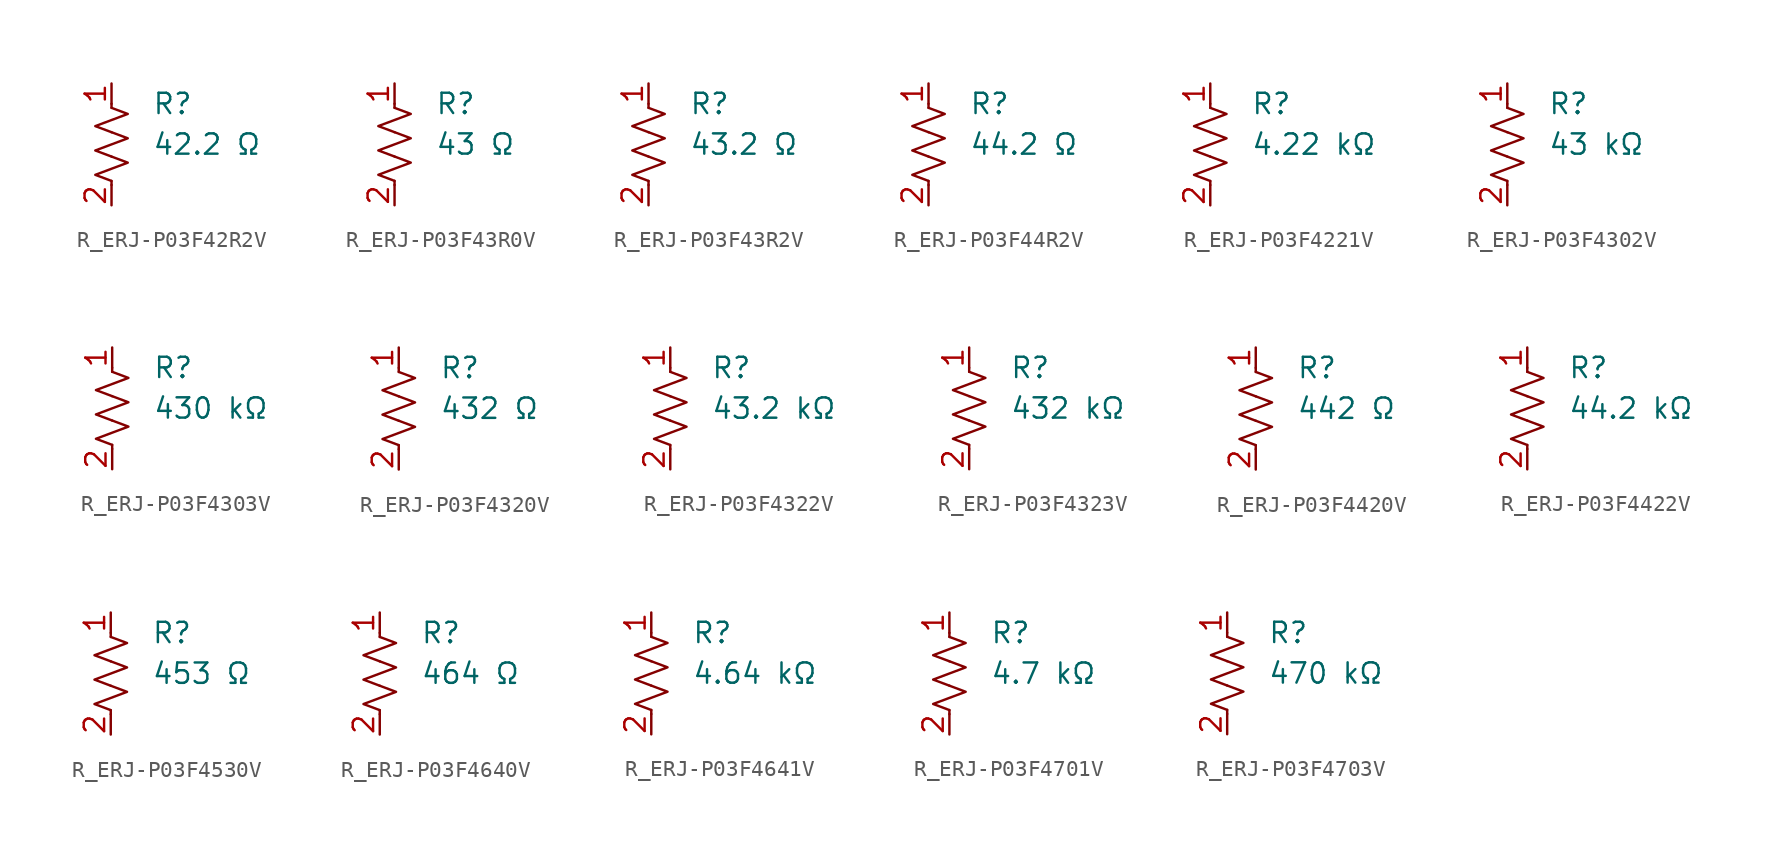
<source format=kicad_sym>
(kicad_symbol_lib
  (version 20231120)
  (generator "kicad_symbol_editor")
  (generator_version "8.0")
  (symbol "R_ERJ-P03F42R2V"
    (pin_names
      (offset 0.254))
    (property "Value" "42.2 Ω"
      (at 2.54 0 0)
      (effects (font (size 1.27 1.27)) (justify left)))
    (property "Reference" "R"
      (at 2.54 2.54 0)
      (effects (font (size 1.27 1.27)) (justify left)))
    (symbol "R_ERJ-P03F42R2V_0_1"
      (polyline (pts (xy 0 -2.286) (xy 0 -2.54)) (stroke (width 0) (type default)) (fill (type none)))
      (polyline (pts (xy 0 2.286) (xy 0 2.54)) (stroke (width 0) (type default)) (fill (type none)))
      (polyline (pts (xy 0 -0.762) (xy 1.016 -1.143) (xy 0 -1.524) (xy -1.016 -1.905) (xy 0 -2.286)) (stroke (width 0) (type default)) (fill (type none)))
      (polyline (pts (xy 0 0.762) (xy 1.016 0.381) (xy 0 0) (xy -1.016 -0.381) (xy 0 -0.762)) (stroke (width 0) (type default)) (fill (type none)))
      (polyline (pts (xy 0 2.286) (xy 1.016 1.905) (xy 0 1.524) (xy -1.016 1.143) (xy 0 0.762)) (stroke (width 0) (type default)) (fill (type none))))
    (symbol "R_ERJ-P03F42R2V_1_1"
      (pin passive line (at 0 3.81 270) (length 1.27) (name "~" (effects (font (size 1.27 1.27)))) (number "1" (effects (font (size 1.27 1.27)))))
      (pin passive line (at 0 -3.81 90) (length 1.27) (name "~" (effects (font (size 1.27 1.27)))) (number "2" (effects (font (size 1.27 1.27)))))))
  (symbol "R_ERJ-P03F43R0V"
    (pin_names
      (offset 0.254))
    (property "Value" "43 Ω"
      (at 2.54 0 0)
      (effects (font (size 1.27 1.27)) (justify left)))
    (property "Reference" "R"
      (at 2.54 2.54 0)
      (effects (font (size 1.27 1.27)) (justify left)))
    (symbol "R_ERJ-P03F43R0V_0_1"
      (polyline (pts (xy 0 -2.286) (xy 0 -2.54)) (stroke (width 0) (type default)) (fill (type none)))
      (polyline (pts (xy 0 2.286) (xy 0 2.54)) (stroke (width 0) (type default)) (fill (type none)))
      (polyline (pts (xy 0 -0.762) (xy 1.016 -1.143) (xy 0 -1.524) (xy -1.016 -1.905) (xy 0 -2.286)) (stroke (width 0) (type default)) (fill (type none)))
      (polyline (pts (xy 0 0.762) (xy 1.016 0.381) (xy 0 0) (xy -1.016 -0.381) (xy 0 -0.762)) (stroke (width 0) (type default)) (fill (type none)))
      (polyline (pts (xy 0 2.286) (xy 1.016 1.905) (xy 0 1.524) (xy -1.016 1.143) (xy 0 0.762)) (stroke (width 0) (type default)) (fill (type none))))
    (symbol "R_ERJ-P03F43R0V_1_1"
      (pin passive line (at 0 3.81 270) (length 1.27) (name "~" (effects (font (size 1.27 1.27)))) (number "1" (effects (font (size 1.27 1.27)))))
      (pin passive line (at 0 -3.81 90) (length 1.27) (name "~" (effects (font (size 1.27 1.27)))) (number "2" (effects (font (size 1.27 1.27)))))))
  (symbol "R_ERJ-P03F43R2V"
    (pin_names
      (offset 0.254))
    (property "Value" "43.2 Ω"
      (at 2.54 0 0)
      (effects (font (size 1.27 1.27)) (justify left)))
    (property "Reference" "R"
      (at 2.54 2.54 0)
      (effects (font (size 1.27 1.27)) (justify left)))
    (symbol "R_ERJ-P03F43R2V_0_1"
      (polyline (pts (xy 0 -2.286) (xy 0 -2.54)) (stroke (width 0) (type default)) (fill (type none)))
      (polyline (pts (xy 0 2.286) (xy 0 2.54)) (stroke (width 0) (type default)) (fill (type none)))
      (polyline (pts (xy 0 -0.762) (xy 1.016 -1.143) (xy 0 -1.524) (xy -1.016 -1.905) (xy 0 -2.286)) (stroke (width 0) (type default)) (fill (type none)))
      (polyline (pts (xy 0 0.762) (xy 1.016 0.381) (xy 0 0) (xy -1.016 -0.381) (xy 0 -0.762)) (stroke (width 0) (type default)) (fill (type none)))
      (polyline (pts (xy 0 2.286) (xy 1.016 1.905) (xy 0 1.524) (xy -1.016 1.143) (xy 0 0.762)) (stroke (width 0) (type default)) (fill (type none))))
    (symbol "R_ERJ-P03F43R2V_1_1"
      (pin passive line (at 0 3.81 270) (length 1.27) (name "~" (effects (font (size 1.27 1.27)))) (number "1" (effects (font (size 1.27 1.27)))))
      (pin passive line (at 0 -3.81 90) (length 1.27) (name "~" (effects (font (size 1.27 1.27)))) (number "2" (effects (font (size 1.27 1.27)))))))
  (symbol "R_ERJ-P03F44R2V"
    (pin_names
      (offset 0.254))
    (property "Value" "44.2 Ω"
      (at 2.54 0 0)
      (effects (font (size 1.27 1.27)) (justify left)))
    (property "Reference" "R"
      (at 2.54 2.54 0)
      (effects (font (size 1.27 1.27)) (justify left)))
    (symbol "R_ERJ-P03F44R2V_0_1"
      (polyline (pts (xy 0 -2.286) (xy 0 -2.54)) (stroke (width 0) (type default)) (fill (type none)))
      (polyline (pts (xy 0 2.286) (xy 0 2.54)) (stroke (width 0) (type default)) (fill (type none)))
      (polyline (pts (xy 0 -0.762) (xy 1.016 -1.143) (xy 0 -1.524) (xy -1.016 -1.905) (xy 0 -2.286)) (stroke (width 0) (type default)) (fill (type none)))
      (polyline (pts (xy 0 0.762) (xy 1.016 0.381) (xy 0 0) (xy -1.016 -0.381) (xy 0 -0.762)) (stroke (width 0) (type default)) (fill (type none)))
      (polyline (pts (xy 0 2.286) (xy 1.016 1.905) (xy 0 1.524) (xy -1.016 1.143) (xy 0 0.762)) (stroke (width 0) (type default)) (fill (type none))))
    (symbol "R_ERJ-P03F44R2V_1_1"
      (pin passive line (at 0 3.81 270) (length 1.27) (name "~" (effects (font (size 1.27 1.27)))) (number "1" (effects (font (size 1.27 1.27)))))
      (pin passive line (at 0 -3.81 90) (length 1.27) (name "~" (effects (font (size 1.27 1.27)))) (number "2" (effects (font (size 1.27 1.27)))))))
  (symbol "R_ERJ-P03F4221V"
    (pin_names
      (offset 0.254))
    (property "Value" "4.22 kΩ"
      (at 2.54 0 0)
      (effects (font (size 1.27 1.27)) (justify left)))
    (property "Reference" "R"
      (at 2.54 2.54 0)
      (effects (font (size 1.27 1.27)) (justify left)))
    (symbol "R_ERJ-P03F4221V_0_1"
      (polyline (pts (xy 0 -2.286) (xy 0 -2.54)) (stroke (width 0) (type default)) (fill (type none)))
      (polyline (pts (xy 0 2.286) (xy 0 2.54)) (stroke (width 0) (type default)) (fill (type none)))
      (polyline (pts (xy 0 -0.762) (xy 1.016 -1.143) (xy 0 -1.524) (xy -1.016 -1.905) (xy 0 -2.286)) (stroke (width 0) (type default)) (fill (type none)))
      (polyline (pts (xy 0 0.762) (xy 1.016 0.381) (xy 0 0) (xy -1.016 -0.381) (xy 0 -0.762)) (stroke (width 0) (type default)) (fill (type none)))
      (polyline (pts (xy 0 2.286) (xy 1.016 1.905) (xy 0 1.524) (xy -1.016 1.143) (xy 0 0.762)) (stroke (width 0) (type default)) (fill (type none))))
    (symbol "R_ERJ-P03F4221V_1_1"
      (pin passive line (at 0 3.81 270) (length 1.27) (name "~" (effects (font (size 1.27 1.27)))) (number "1" (effects (font (size 1.27 1.27)))))
      (pin passive line (at 0 -3.81 90) (length 1.27) (name "~" (effects (font (size 1.27 1.27)))) (number "2" (effects (font (size 1.27 1.27)))))))
  (symbol "R_ERJ-P03F4302V"
    (pin_names
      (offset 0.254))
    (property "Value" "43 kΩ"
      (at 2.54 0 0)
      (effects (font (size 1.27 1.27)) (justify left)))
    (property "Reference" "R"
      (at 2.54 2.54 0)
      (effects (font (size 1.27 1.27)) (justify left)))
    (symbol "R_ERJ-P03F4302V_0_1"
      (polyline (pts (xy 0 -2.286) (xy 0 -2.54)) (stroke (width 0) (type default)) (fill (type none)))
      (polyline (pts (xy 0 2.286) (xy 0 2.54)) (stroke (width 0) (type default)) (fill (type none)))
      (polyline (pts (xy 0 -0.762) (xy 1.016 -1.143) (xy 0 -1.524) (xy -1.016 -1.905) (xy 0 -2.286)) (stroke (width 0) (type default)) (fill (type none)))
      (polyline (pts (xy 0 0.762) (xy 1.016 0.381) (xy 0 0) (xy -1.016 -0.381) (xy 0 -0.762)) (stroke (width 0) (type default)) (fill (type none)))
      (polyline (pts (xy 0 2.286) (xy 1.016 1.905) (xy 0 1.524) (xy -1.016 1.143) (xy 0 0.762)) (stroke (width 0) (type default)) (fill (type none))))
    (symbol "R_ERJ-P03F4302V_1_1"
      (pin passive line (at 0 3.81 270) (length 1.27) (name "~" (effects (font (size 1.27 1.27)))) (number "1" (effects (font (size 1.27 1.27)))))
      (pin passive line (at 0 -3.81 90) (length 1.27) (name "~" (effects (font (size 1.27 1.27)))) (number "2" (effects (font (size 1.27 1.27)))))))
  (symbol "R_ERJ-P03F4303V"
    (pin_names
      (offset 0.254))
    (property "Value" "430 kΩ"
      (at 2.54 0 0)
      (effects (font (size 1.27 1.27)) (justify left)))
    (property "Reference" "R"
      (at 2.54 2.54 0)
      (effects (font (size 1.27 1.27)) (justify left)))
    (symbol "R_ERJ-P03F4303V_0_1"
      (polyline (pts (xy 0 -2.286) (xy 0 -2.54)) (stroke (width 0) (type default)) (fill (type none)))
      (polyline (pts (xy 0 2.286) (xy 0 2.54)) (stroke (width 0) (type default)) (fill (type none)))
      (polyline (pts (xy 0 -0.762) (xy 1.016 -1.143) (xy 0 -1.524) (xy -1.016 -1.905) (xy 0 -2.286)) (stroke (width 0) (type default)) (fill (type none)))
      (polyline (pts (xy 0 0.762) (xy 1.016 0.381) (xy 0 0) (xy -1.016 -0.381) (xy 0 -0.762)) (stroke (width 0) (type default)) (fill (type none)))
      (polyline (pts (xy 0 2.286) (xy 1.016 1.905) (xy 0 1.524) (xy -1.016 1.143) (xy 0 0.762)) (stroke (width 0) (type default)) (fill (type none))))
    (symbol "R_ERJ-P03F4303V_1_1"
      (pin passive line (at 0 3.81 270) (length 1.27) (name "~" (effects (font (size 1.27 1.27)))) (number "1" (effects (font (size 1.27 1.27)))))
      (pin passive line (at 0 -3.81 90) (length 1.27) (name "~" (effects (font (size 1.27 1.27)))) (number "2" (effects (font (size 1.27 1.27)))))))
  (symbol "R_ERJ-P03F4320V"
    (pin_names
      (offset 0.254))
    (property "Value" "432 Ω"
      (at 2.54 0 0)
      (effects (font (size 1.27 1.27)) (justify left)))
    (property "Reference" "R"
      (at 2.54 2.54 0)
      (effects (font (size 1.27 1.27)) (justify left)))
    (symbol "R_ERJ-P03F4320V_0_1"
      (polyline (pts (xy 0 -2.286) (xy 0 -2.54)) (stroke (width 0) (type default)) (fill (type none)))
      (polyline (pts (xy 0 2.286) (xy 0 2.54)) (stroke (width 0) (type default)) (fill (type none)))
      (polyline (pts (xy 0 -0.762) (xy 1.016 -1.143) (xy 0 -1.524) (xy -1.016 -1.905) (xy 0 -2.286)) (stroke (width 0) (type default)) (fill (type none)))
      (polyline (pts (xy 0 0.762) (xy 1.016 0.381) (xy 0 0) (xy -1.016 -0.381) (xy 0 -0.762)) (stroke (width 0) (type default)) (fill (type none)))
      (polyline (pts (xy 0 2.286) (xy 1.016 1.905) (xy 0 1.524) (xy -1.016 1.143) (xy 0 0.762)) (stroke (width 0) (type default)) (fill (type none))))
    (symbol "R_ERJ-P03F4320V_1_1"
      (pin passive line (at 0 3.81 270) (length 1.27) (name "~" (effects (font (size 1.27 1.27)))) (number "1" (effects (font (size 1.27 1.27)))))
      (pin passive line (at 0 -3.81 90) (length 1.27) (name "~" (effects (font (size 1.27 1.27)))) (number "2" (effects (font (size 1.27 1.27)))))))
  (symbol "R_ERJ-P03F4322V"
    (pin_names
      (offset 0.254))
    (property "Value" "43.2 kΩ"
      (at 2.54 0 0)
      (effects (font (size 1.27 1.27)) (justify left)))
    (property "Reference" "R"
      (at 2.54 2.54 0)
      (effects (font (size 1.27 1.27)) (justify left)))
    (symbol "R_ERJ-P03F4322V_0_1"
      (polyline (pts (xy 0 -2.286) (xy 0 -2.54)) (stroke (width 0) (type default)) (fill (type none)))
      (polyline (pts (xy 0 2.286) (xy 0 2.54)) (stroke (width 0) (type default)) (fill (type none)))
      (polyline (pts (xy 0 -0.762) (xy 1.016 -1.143) (xy 0 -1.524) (xy -1.016 -1.905) (xy 0 -2.286)) (stroke (width 0) (type default)) (fill (type none)))
      (polyline (pts (xy 0 0.762) (xy 1.016 0.381) (xy 0 0) (xy -1.016 -0.381) (xy 0 -0.762)) (stroke (width 0) (type default)) (fill (type none)))
      (polyline (pts (xy 0 2.286) (xy 1.016 1.905) (xy 0 1.524) (xy -1.016 1.143) (xy 0 0.762)) (stroke (width 0) (type default)) (fill (type none))))
    (symbol "R_ERJ-P03F4322V_1_1"
      (pin passive line (at 0 3.81 270) (length 1.27) (name "~" (effects (font (size 1.27 1.27)))) (number "1" (effects (font (size 1.27 1.27)))))
      (pin passive line (at 0 -3.81 90) (length 1.27) (name "~" (effects (font (size 1.27 1.27)))) (number "2" (effects (font (size 1.27 1.27)))))))
  (symbol "R_ERJ-P03F4323V"
    (pin_names
      (offset 0.254))
    (property "Value" "432 kΩ"
      (at 2.54 0 0)
      (effects (font (size 1.27 1.27)) (justify left)))
    (property "Reference" "R"
      (at 2.54 2.54 0)
      (effects (font (size 1.27 1.27)) (justify left)))
    (symbol "R_ERJ-P03F4323V_0_1"
      (polyline (pts (xy 0 -2.286) (xy 0 -2.54)) (stroke (width 0) (type default)) (fill (type none)))
      (polyline (pts (xy 0 2.286) (xy 0 2.54)) (stroke (width 0) (type default)) (fill (type none)))
      (polyline (pts (xy 0 -0.762) (xy 1.016 -1.143) (xy 0 -1.524) (xy -1.016 -1.905) (xy 0 -2.286)) (stroke (width 0) (type default)) (fill (type none)))
      (polyline (pts (xy 0 0.762) (xy 1.016 0.381) (xy 0 0) (xy -1.016 -0.381) (xy 0 -0.762)) (stroke (width 0) (type default)) (fill (type none)))
      (polyline (pts (xy 0 2.286) (xy 1.016 1.905) (xy 0 1.524) (xy -1.016 1.143) (xy 0 0.762)) (stroke (width 0) (type default)) (fill (type none))))
    (symbol "R_ERJ-P03F4323V_1_1"
      (pin passive line (at 0 3.81 270) (length 1.27) (name "~" (effects (font (size 1.27 1.27)))) (number "1" (effects (font (size 1.27 1.27)))))
      (pin passive line (at 0 -3.81 90) (length 1.27) (name "~" (effects (font (size 1.27 1.27)))) (number "2" (effects (font (size 1.27 1.27)))))))
  (symbol "R_ERJ-P03F4420V"
    (pin_names
      (offset 0.254))
    (property "Value" "442 Ω"
      (at 2.54 0 0)
      (effects (font (size 1.27 1.27)) (justify left)))
    (property "Reference" "R"
      (at 2.54 2.54 0)
      (effects (font (size 1.27 1.27)) (justify left)))
    (symbol "R_ERJ-P03F4420V_0_1"
      (polyline (pts (xy 0 -2.286) (xy 0 -2.54)) (stroke (width 0) (type default)) (fill (type none)))
      (polyline (pts (xy 0 2.286) (xy 0 2.54)) (stroke (width 0) (type default)) (fill (type none)))
      (polyline (pts (xy 0 -0.762) (xy 1.016 -1.143) (xy 0 -1.524) (xy -1.016 -1.905) (xy 0 -2.286)) (stroke (width 0) (type default)) (fill (type none)))
      (polyline (pts (xy 0 0.762) (xy 1.016 0.381) (xy 0 0) (xy -1.016 -0.381) (xy 0 -0.762)) (stroke (width 0) (type default)) (fill (type none)))
      (polyline (pts (xy 0 2.286) (xy 1.016 1.905) (xy 0 1.524) (xy -1.016 1.143) (xy 0 0.762)) (stroke (width 0) (type default)) (fill (type none))))
    (symbol "R_ERJ-P03F4420V_1_1"
      (pin passive line (at 0 3.81 270) (length 1.27) (name "~" (effects (font (size 1.27 1.27)))) (number "1" (effects (font (size 1.27 1.27)))))
      (pin passive line (at 0 -3.81 90) (length 1.27) (name "~" (effects (font (size 1.27 1.27)))) (number "2" (effects (font (size 1.27 1.27)))))))
  (symbol "R_ERJ-P03F4422V"
    (pin_names
      (offset 0.254))
    (property "Value" "44.2 kΩ"
      (at 2.54 0 0)
      (effects (font (size 1.27 1.27)) (justify left)))
    (property "Reference" "R"
      (at 2.54 2.54 0)
      (effects (font (size 1.27 1.27)) (justify left)))
    (symbol "R_ERJ-P03F4422V_0_1"
      (polyline (pts (xy 0 -2.286) (xy 0 -2.54)) (stroke (width 0) (type default)) (fill (type none)))
      (polyline (pts (xy 0 2.286) (xy 0 2.54)) (stroke (width 0) (type default)) (fill (type none)))
      (polyline (pts (xy 0 -0.762) (xy 1.016 -1.143) (xy 0 -1.524) (xy -1.016 -1.905) (xy 0 -2.286)) (stroke (width 0) (type default)) (fill (type none)))
      (polyline (pts (xy 0 0.762) (xy 1.016 0.381) (xy 0 0) (xy -1.016 -0.381) (xy 0 -0.762)) (stroke (width 0) (type default)) (fill (type none)))
      (polyline (pts (xy 0 2.286) (xy 1.016 1.905) (xy 0 1.524) (xy -1.016 1.143) (xy 0 0.762)) (stroke (width 0) (type default)) (fill (type none))))
    (symbol "R_ERJ-P03F4422V_1_1"
      (pin passive line (at 0 3.81 270) (length 1.27) (name "~" (effects (font (size 1.27 1.27)))) (number "1" (effects (font (size 1.27 1.27)))))
      (pin passive line (at 0 -3.81 90) (length 1.27) (name "~" (effects (font (size 1.27 1.27)))) (number "2" (effects (font (size 1.27 1.27)))))))
  (symbol "R_ERJ-P03F4530V"
    (pin_names
      (offset 0.254))
    (property "Value" "453 Ω"
      (at 2.54 0 0)
      (effects (font (size 1.27 1.27)) (justify left)))
    (property "Reference" "R"
      (at 2.54 2.54 0)
      (effects (font (size 1.27 1.27)) (justify left)))
    (symbol "R_ERJ-P03F4530V_0_1"
      (polyline (pts (xy 0 -2.286) (xy 0 -2.54)) (stroke (width 0) (type default)) (fill (type none)))
      (polyline (pts (xy 0 2.286) (xy 0 2.54)) (stroke (width 0) (type default)) (fill (type none)))
      (polyline (pts (xy 0 -0.762) (xy 1.016 -1.143) (xy 0 -1.524) (xy -1.016 -1.905) (xy 0 -2.286)) (stroke (width 0) (type default)) (fill (type none)))
      (polyline (pts (xy 0 0.762) (xy 1.016 0.381) (xy 0 0) (xy -1.016 -0.381) (xy 0 -0.762)) (stroke (width 0) (type default)) (fill (type none)))
      (polyline (pts (xy 0 2.286) (xy 1.016 1.905) (xy 0 1.524) (xy -1.016 1.143) (xy 0 0.762)) (stroke (width 0) (type default)) (fill (type none))))
    (symbol "R_ERJ-P03F4530V_1_1"
      (pin passive line (at 0 3.81 270) (length 1.27) (name "~" (effects (font (size 1.27 1.27)))) (number "1" (effects (font (size 1.27 1.27)))))
      (pin passive line (at 0 -3.81 90) (length 1.27) (name "~" (effects (font (size 1.27 1.27)))) (number "2" (effects (font (size 1.27 1.27)))))))
  (symbol "R_ERJ-P03F4640V"
    (pin_names
      (offset 0.254))
    (property "Value" "464 Ω"
      (at 2.54 0 0)
      (effects (font (size 1.27 1.27)) (justify left)))
    (property "Reference" "R"
      (at 2.54 2.54 0)
      (effects (font (size 1.27 1.27)) (justify left)))
    (symbol "R_ERJ-P03F4640V_0_1"
      (polyline (pts (xy 0 -2.286) (xy 0 -2.54)) (stroke (width 0) (type default)) (fill (type none)))
      (polyline (pts (xy 0 2.286) (xy 0 2.54)) (stroke (width 0) (type default)) (fill (type none)))
      (polyline (pts (xy 0 -0.762) (xy 1.016 -1.143) (xy 0 -1.524) (xy -1.016 -1.905) (xy 0 -2.286)) (stroke (width 0) (type default)) (fill (type none)))
      (polyline (pts (xy 0 0.762) (xy 1.016 0.381) (xy 0 0) (xy -1.016 -0.381) (xy 0 -0.762)) (stroke (width 0) (type default)) (fill (type none)))
      (polyline (pts (xy 0 2.286) (xy 1.016 1.905) (xy 0 1.524) (xy -1.016 1.143) (xy 0 0.762)) (stroke (width 0) (type default)) (fill (type none))))
    (symbol "R_ERJ-P03F4640V_1_1"
      (pin passive line (at 0 3.81 270) (length 1.27) (name "~" (effects (font (size 1.27 1.27)))) (number "1" (effects (font (size 1.27 1.27)))))
      (pin passive line (at 0 -3.81 90) (length 1.27) (name "~" (effects (font (size 1.27 1.27)))) (number "2" (effects (font (size 1.27 1.27)))))))
  (symbol "R_ERJ-P03F4641V"
    (pin_names
      (offset 0.254))
    (property "Value" "4.64 kΩ"
      (at 2.54 0 0)
      (effects (font (size 1.27 1.27)) (justify left)))
    (property "Reference" "R"
      (at 2.54 2.54 0)
      (effects (font (size 1.27 1.27)) (justify left)))
    (symbol "R_ERJ-P03F4641V_0_1"
      (polyline (pts (xy 0 -2.286) (xy 0 -2.54)) (stroke (width 0) (type default)) (fill (type none)))
      (polyline (pts (xy 0 2.286) (xy 0 2.54)) (stroke (width 0) (type default)) (fill (type none)))
      (polyline (pts (xy 0 -0.762) (xy 1.016 -1.143) (xy 0 -1.524) (xy -1.016 -1.905) (xy 0 -2.286)) (stroke (width 0) (type default)) (fill (type none)))
      (polyline (pts (xy 0 0.762) (xy 1.016 0.381) (xy 0 0) (xy -1.016 -0.381) (xy 0 -0.762)) (stroke (width 0) (type default)) (fill (type none)))
      (polyline (pts (xy 0 2.286) (xy 1.016 1.905) (xy 0 1.524) (xy -1.016 1.143) (xy 0 0.762)) (stroke (width 0) (type default)) (fill (type none))))
    (symbol "R_ERJ-P03F4641V_1_1"
      (pin passive line (at 0 3.81 270) (length 1.27) (name "~" (effects (font (size 1.27 1.27)))) (number "1" (effects (font (size 1.27 1.27)))))
      (pin passive line (at 0 -3.81 90) (length 1.27) (name "~" (effects (font (size 1.27 1.27)))) (number "2" (effects (font (size 1.27 1.27)))))))
  (symbol "R_ERJ-P03F4701V"
    (pin_names
      (offset 0.254))
    (property "Value" "4.7 kΩ"
      (at 2.54 0 0)
      (effects (font (size 1.27 1.27)) (justify left)))
    (property "Reference" "R"
      (at 2.54 2.54 0)
      (effects (font (size 1.27 1.27)) (justify left)))
    (symbol "R_ERJ-P03F4701V_0_1"
      (polyline (pts (xy 0 -2.286) (xy 0 -2.54)) (stroke (width 0) (type default)) (fill (type none)))
      (polyline (pts (xy 0 2.286) (xy 0 2.54)) (stroke (width 0) (type default)) (fill (type none)))
      (polyline (pts (xy 0 -0.762) (xy 1.016 -1.143) (xy 0 -1.524) (xy -1.016 -1.905) (xy 0 -2.286)) (stroke (width 0) (type default)) (fill (type none)))
      (polyline (pts (xy 0 0.762) (xy 1.016 0.381) (xy 0 0) (xy -1.016 -0.381) (xy 0 -0.762)) (stroke (width 0) (type default)) (fill (type none)))
      (polyline (pts (xy 0 2.286) (xy 1.016 1.905) (xy 0 1.524) (xy -1.016 1.143) (xy 0 0.762)) (stroke (width 0) (type default)) (fill (type none))))
    (symbol "R_ERJ-P03F4701V_1_1"
      (pin passive line (at 0 3.81 270) (length 1.27) (name "~" (effects (font (size 1.27 1.27)))) (number "1" (effects (font (size 1.27 1.27)))))
      (pin passive line (at 0 -3.81 90) (length 1.27) (name "~" (effects (font (size 1.27 1.27)))) (number "2" (effects (font (size 1.27 1.27)))))))
  (symbol "R_ERJ-P03F4703V"
    (pin_names
      (offset 0.254))
    (property "Value" "470 kΩ"
      (at 2.54 0 0)
      (effects (font (size 1.27 1.27)) (justify left)))
    (property "Reference" "R"
      (at 2.54 2.54 0)
      (effects (font (size 1.27 1.27)) (justify left)))
    (symbol "R_ERJ-P03F4703V_0_1"
      (polyline (pts (xy 0 -2.286) (xy 0 -2.54)) (stroke (width 0) (type default)) (fill (type none)))
      (polyline (pts (xy 0 2.286) (xy 0 2.54)) (stroke (width 0) (type default)) (fill (type none)))
      (polyline (pts (xy 0 -0.762) (xy 1.016 -1.143) (xy 0 -1.524) (xy -1.016 -1.905) (xy 0 -2.286)) (stroke (width 0) (type default)) (fill (type none)))
      (polyline (pts (xy 0 0.762) (xy 1.016 0.381) (xy 0 0) (xy -1.016 -0.381) (xy 0 -0.762)) (stroke (width 0) (type default)) (fill (type none)))
      (polyline (pts (xy 0 2.286) (xy 1.016 1.905) (xy 0 1.524) (xy -1.016 1.143) (xy 0 0.762)) (stroke (width 0) (type default)) (fill (type none))))
    (symbol "R_ERJ-P03F4703V_1_1"
      (pin passive line (at 0 3.81 270) (length 1.27) (name "~" (effects (font (size 1.27 1.27)))) (number "1" (effects (font (size 1.27 1.27)))))
      (pin passive line (at 0 -3.81 90) (length 1.27) (name "~" (effects (font (size 1.27 1.27)))) (number "2" (effects (font (size 1.27 1.27))))))))
</source>
